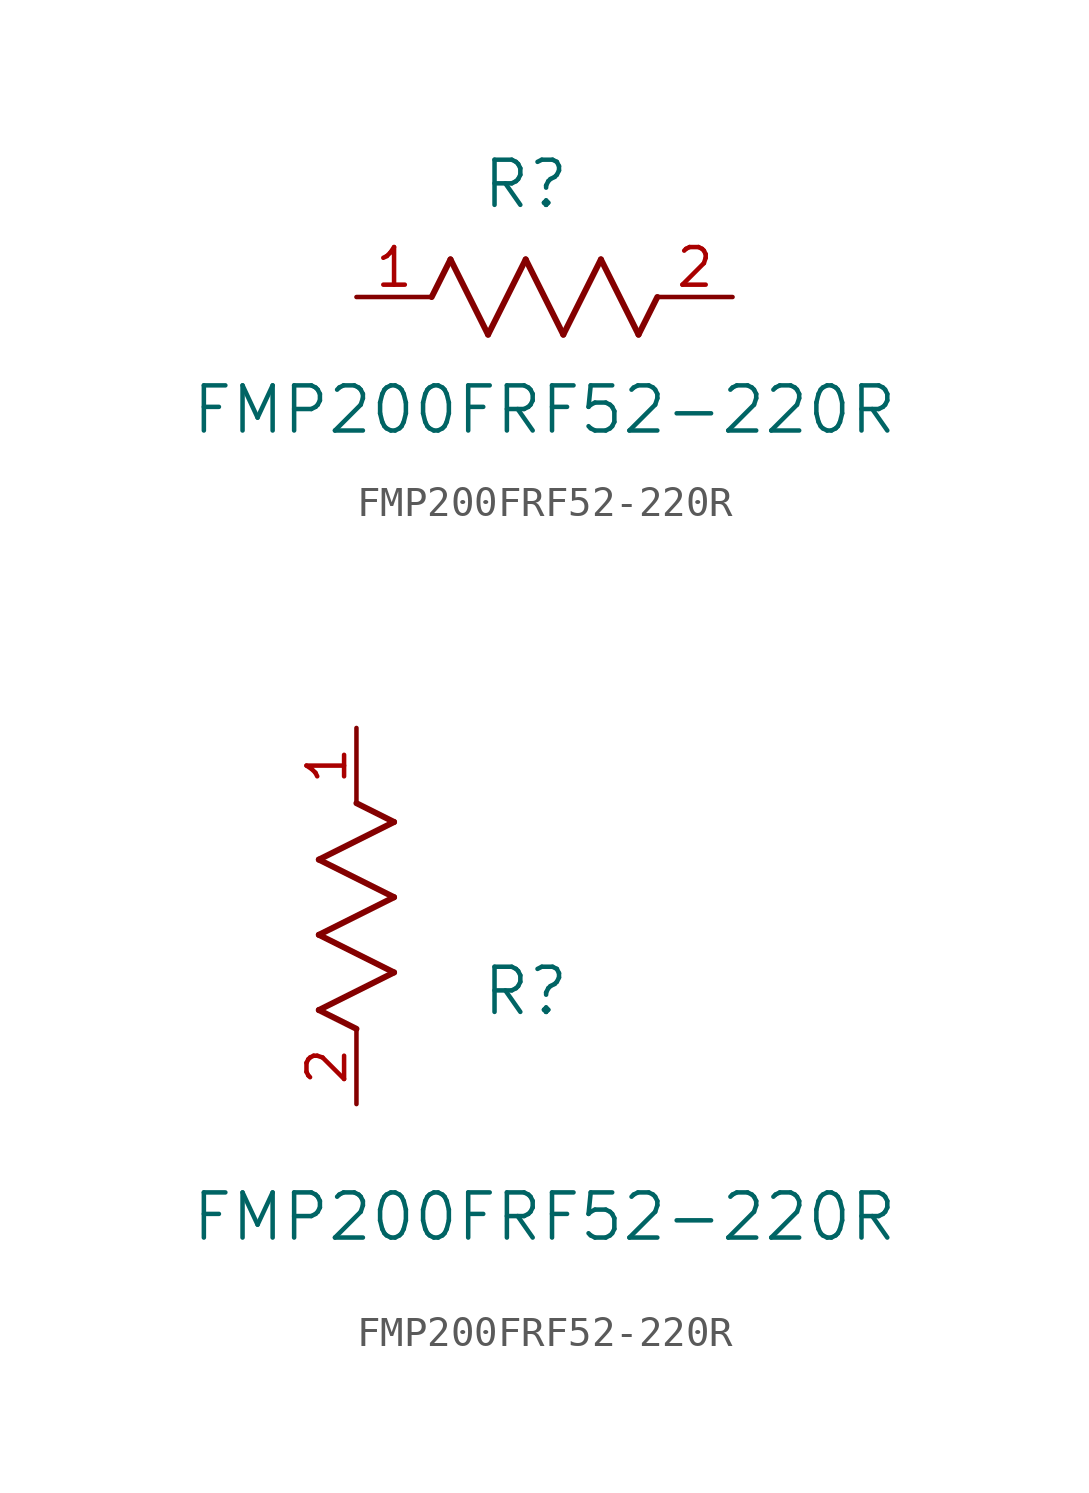
<source format=kicad_sym>
(kicad_symbol_lib
  (version 20220914)
  (generator kicad_symbol_editor)
  (symbol "FMP200FRF52-220R"
    (pin_names
      (offset 0.254))
    (property "Reference" "R"
      (at 5.715 3.81 0)
      (effects (font (size 1.524 1.524))))
    (property "Value" "FMP200FRF52-220R"
      (at 6.35 -3.81 0)
      (effects (font (size 1.524 1.524))))
    (property "ki_locked" ""
      (at 0 0 0)
      (effects (font (size 1.27 1.27))))
    (symbol "FMP200FRF52-220R_1_1"
      (polyline (pts (xy 2.54 0) (xy 3.175 1.27)) (stroke (width 0.203) (type default)) (fill (type none)))
      (polyline (pts (xy 3.175 1.27) (xy 4.445 -1.27)) (stroke (width 0.203) (type default)) (fill (type none)))
      (polyline (pts (xy 4.445 -1.27) (xy 5.715 1.27)) (stroke (width 0.203) (type default)) (fill (type none)))
      (polyline (pts (xy 5.715 1.27) (xy 6.985 -1.27)) (stroke (width 0.203) (type default)) (fill (type none)))
      (polyline (pts (xy 6.985 -1.27) (xy 8.255 1.27)) (stroke (width 0.203) (type default)) (fill (type none)))
      (polyline (pts (xy 8.255 1.27) (xy 9.525 -1.27)) (stroke (width 0.203) (type default)) (fill (type none)))
      (polyline (pts (xy 9.525 -1.27) (xy 10.16 0)) (stroke (width 0.203) (type default)) (fill (type none)))
      (pin passive line (at 0 0 0) (length 2.54) (name "" (effects (font (size 1.27 1.27)))) (number "1" (effects (font (size 1.27 1.27)))))
      (pin passive line (at 12.7 0 180) (length 2.54) (name "" (effects (font (size 1.27 1.27)))) (number "2" (effects (font (size 1.27 1.27))))))
    (symbol "FMP200FRF52-220R_1_2"
      (polyline (pts (xy -1.27 3.175) (xy 1.27 4.445)) (stroke (width 0.203) (type default)) (fill (type none)))
      (polyline (pts (xy -1.27 5.715) (xy 1.27 6.985)) (stroke (width 0.203) (type default)) (fill (type none)))
      (polyline (pts (xy -1.27 8.255) (xy 1.27 9.525)) (stroke (width 0.203) (type default)) (fill (type none)))
      (polyline (pts (xy 0 2.54) (xy -1.27 3.175)) (stroke (width 0.203) (type default)) (fill (type none)))
      (polyline (pts (xy 1.27 4.445) (xy -1.27 5.715)) (stroke (width 0.203) (type default)) (fill (type none)))
      (polyline (pts (xy 1.27 6.985) (xy -1.27 8.255)) (stroke (width 0.203) (type default)) (fill (type none)))
      (polyline (pts (xy 1.27 9.525) (xy 0 10.16)) (stroke (width 0.203) (type default)) (fill (type none)))
      (pin unspecified line (at 0 12.7 270) (length 2.54) (name "" (effects (font (size 1.27 1.27)))) (number "1" (effects (font (size 1.27 1.27)))))
      (pin unspecified line (at 0 0 90) (length 2.54) (name "" (effects (font (size 1.27 1.27)))) (number "2" (effects (font (size 1.27 1.27))))))))
</source>
